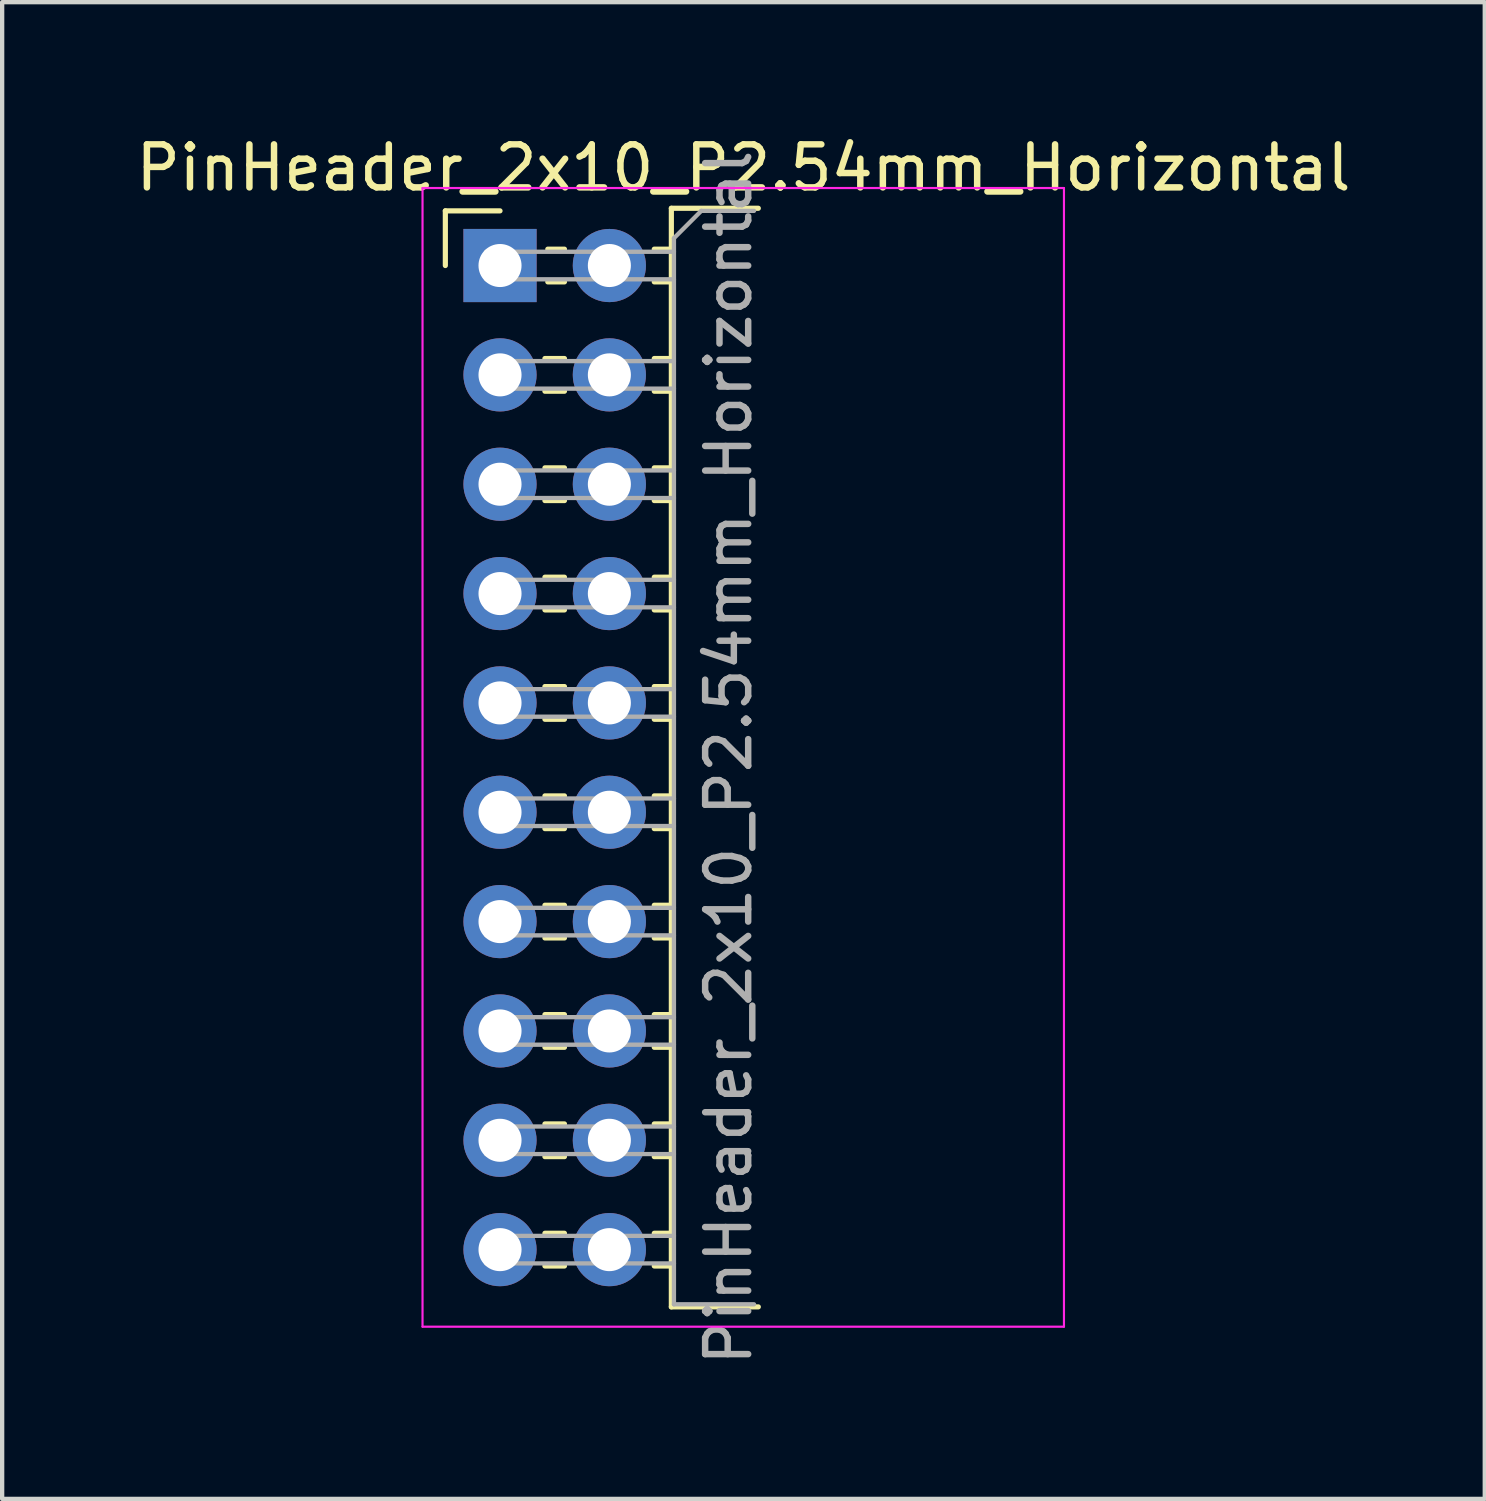
<source format=kicad_pcb>
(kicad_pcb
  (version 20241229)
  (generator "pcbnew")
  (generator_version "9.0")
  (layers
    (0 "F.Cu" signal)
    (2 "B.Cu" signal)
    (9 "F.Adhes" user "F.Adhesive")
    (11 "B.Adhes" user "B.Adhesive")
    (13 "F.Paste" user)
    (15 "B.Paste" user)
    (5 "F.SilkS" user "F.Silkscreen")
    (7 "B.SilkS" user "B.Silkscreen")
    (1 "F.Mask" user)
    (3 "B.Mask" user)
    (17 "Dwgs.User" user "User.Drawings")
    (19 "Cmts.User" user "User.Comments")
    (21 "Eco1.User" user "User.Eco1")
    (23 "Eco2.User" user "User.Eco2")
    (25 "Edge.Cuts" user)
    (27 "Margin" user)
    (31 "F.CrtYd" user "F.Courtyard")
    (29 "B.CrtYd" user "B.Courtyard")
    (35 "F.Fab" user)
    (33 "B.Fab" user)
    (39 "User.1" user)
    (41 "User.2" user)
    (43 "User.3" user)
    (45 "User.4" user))
  (footprint "PinHeader_2x10_P2.54mm_Horizontal"
    (layer "F.Cu")
    (at 8.565 3.118)
    (property "Reference" "PinHeader_2x10_P2.54mm_Horizontal" (at 5.655 -2.27 180) (layer "F.SilkS") (effects (font (size 1 1) (thickness 0.15))))
    (attr through_hole)
    (fp_line (start -1.27 -1.27) (end 0 -1.27) (stroke (width 0.12) (type solid)) (layer "F.SilkS"))
    (fp_line (start -1.27 0) (end -1.27 -1.27) (stroke (width 0.12) (type solid)) (layer "F.SilkS"))
    (fp_line (start 1.043 2.16) (end 1.497 2.16) (stroke (width 0.12) (type solid)) (layer "F.SilkS"))
    (fp_line (start 1.043 2.92) (end 1.497 2.92) (stroke (width 0.12) (type solid)) (layer "F.SilkS"))
    (fp_line (start 1.043 4.7) (end 1.497 4.7) (stroke (width 0.12) (type solid)) (layer "F.SilkS"))
    (fp_line (start 1.043 5.46) (end 1.497 5.46) (stroke (width 0.12) (type solid)) (layer "F.SilkS"))
    (fp_line (start 1.043 7.24) (end 1.497 7.24) (stroke (width 0.12) (type solid)) (layer "F.SilkS"))
    (fp_line (start 1.043 8) (end 1.497 8) (stroke (width 0.12) (type solid)) (layer "F.SilkS"))
    (fp_line (start 1.043 9.78) (end 1.497 9.78) (stroke (width 0.12) (type solid)) (layer "F.SilkS"))
    (fp_line (start 1.043 10.54) (end 1.497 10.54) (stroke (width 0.12) (type solid)) (layer "F.SilkS"))
    (fp_line (start 1.043 12.32) (end 1.497 12.32) (stroke (width 0.12) (type solid)) (layer "F.SilkS"))
    (fp_line (start 1.043 13.08) (end 1.497 13.08) (stroke (width 0.12) (type solid)) (layer "F.SilkS"))
    (fp_line (start 1.043 14.86) (end 1.497 14.86) (stroke (width 0.12) (type solid)) (layer "F.SilkS"))
    (fp_line (start 1.043 15.62) (end 1.497 15.62) (stroke (width 0.12) (type solid)) (layer "F.SilkS"))
    (fp_line (start 1.043 17.4) (end 1.497 17.4) (stroke (width 0.12) (type solid)) (layer "F.SilkS"))
    (fp_line (start 1.043 18.16) (end 1.497 18.16) (stroke (width 0.12) (type solid)) (layer "F.SilkS"))
    (fp_line (start 1.043 19.94) (end 1.497 19.94) (stroke (width 0.12) (type solid)) (layer "F.SilkS"))
    (fp_line (start 1.043 20.7) (end 1.497 20.7) (stroke (width 0.12) (type solid)) (layer "F.SilkS"))
    (fp_line (start 1.043 22.48) (end 1.497 22.48) (stroke (width 0.12) (type solid)) (layer "F.SilkS"))
    (fp_line (start 1.043 23.24) (end 1.497 23.24) (stroke (width 0.12) (type solid)) (layer "F.SilkS"))
    (fp_line (start 1.11 -0.38) (end 1.497 -0.38) (stroke (width 0.12) (type solid)) (layer "F.SilkS"))
    (fp_line (start 1.11 0.38) (end 1.497 0.38) (stroke (width 0.12) (type solid)) (layer "F.SilkS"))
    (fp_line (start 3.583 -0.38) (end 3.98 -0.38) (stroke (width 0.12) (type solid)) (layer "F.SilkS"))
    (fp_line (start 3.583 0.38) (end 3.98 0.38) (stroke (width 0.12) (type solid)) (layer "F.SilkS"))
    (fp_line (start 3.583 2.16) (end 3.98 2.16) (stroke (width 0.12) (type solid)) (layer "F.SilkS"))
    (fp_line (start 3.583 2.92) (end 3.98 2.92) (stroke (width 0.12) (type solid)) (layer "F.SilkS"))
    (fp_line (start 3.583 4.7) (end 3.98 4.7) (stroke (width 0.12) (type solid)) (layer "F.SilkS"))
    (fp_line (start 3.583 5.46) (end 3.98 5.46) (stroke (width 0.12) (type solid)) (layer "F.SilkS"))
    (fp_line (start 3.583 7.24) (end 3.98 7.24) (stroke (width 0.12) (type solid)) (layer "F.SilkS"))
    (fp_line (start 3.583 8) (end 3.98 8) (stroke (width 0.12) (type solid)) (layer "F.SilkS"))
    (fp_line (start 3.583 9.78) (end 3.98 9.78) (stroke (width 0.12) (type solid)) (layer "F.SilkS"))
    (fp_line (start 3.583 10.54) (end 3.98 10.54) (stroke (width 0.12) (type solid)) (layer "F.SilkS"))
    (fp_line (start 3.583 12.32) (end 3.98 12.32) (stroke (width 0.12) (type solid)) (layer "F.SilkS"))
    (fp_line (start 3.583 13.08) (end 3.98 13.08) (stroke (width 0.12) (type solid)) (layer "F.SilkS"))
    (fp_line (start 3.583 14.86) (end 3.98 14.86) (stroke (width 0.12) (type solid)) (layer "F.SilkS"))
    (fp_line (start 3.583 15.62) (end 3.98 15.62) (stroke (width 0.12) (type solid)) (layer "F.SilkS"))
    (fp_line (start 3.583 17.4) (end 3.98 17.4) (stroke (width 0.12) (type solid)) (layer "F.SilkS"))
    (fp_line (start 3.583 18.16) (end 3.98 18.16) (stroke (width 0.12) (type solid)) (layer "F.SilkS"))
    (fp_line (start 3.583 19.94) (end 3.98 19.94) (stroke (width 0.12) (type solid)) (layer "F.SilkS"))
    (fp_line (start 3.583 20.7) (end 3.98 20.7) (stroke (width 0.12) (type solid)) (layer "F.SilkS"))
    (fp_line (start 3.583 22.48) (end 3.98 22.48) (stroke (width 0.12) (type solid)) (layer "F.SilkS"))
    (fp_line (start 3.583 23.24) (end 3.98 23.24) (stroke (width 0.12) (type solid)) (layer "F.SilkS"))
    (fp_line (start 3.98 -1.33) (end 3.98 24.19) (stroke (width 0.12) (type solid)) (layer "F.SilkS"))
    (fp_line (start 3.98 24.19) (end 6 24.19) (stroke (width 0.12) (type solid)) (layer "F.SilkS"))
    (fp_line (start 6 -1.33) (end 3.98 -1.33) (stroke (width 0.12) (type solid)) (layer "F.SilkS"))
    (fp_line (start -1.8 -1.8) (end -1.8 24.65) (stroke (width 0.05) (type solid)) (layer "F.CrtYd"))
    (fp_line (start -1.8 24.65) (end 13.1 24.65) (stroke (width 0.05) (type solid)) (layer "F.CrtYd"))
    (fp_line (start 13.1 -1.8) (end -1.8 -1.8) (stroke (width 0.05) (type solid)) (layer "F.CrtYd"))
    (fp_line (start 13.1 24.65) (end 13.1 -1.8) (stroke (width 0.05) (type solid)) (layer "F.CrtYd"))
    (fp_line (start -0.32 -0.32) (end -0.32 0.32) (stroke (width 0.1) (type solid)) (layer "F.Fab"))
    (fp_line (start -0.32 -0.32) (end 4.04 -0.32) (stroke (width 0.1) (type solid)) (layer "F.Fab"))
    (fp_line (start -0.32 0.32) (end 4.04 0.32) (stroke (width 0.1) (type solid)) (layer "F.Fab"))
    (fp_line (start -0.32 2.22) (end -0.32 2.86) (stroke (width 0.1) (type solid)) (layer "F.Fab"))
    (fp_line (start -0.32 2.22) (end 4.04 2.22) (stroke (width 0.1) (type solid)) (layer "F.Fab"))
    (fp_line (start -0.32 2.86) (end 4.04 2.86) (stroke (width 0.1) (type solid)) (layer "F.Fab"))
    (fp_line (start -0.32 4.76) (end -0.32 5.4) (stroke (width 0.1) (type solid)) (layer "F.Fab"))
    (fp_line (start -0.32 4.76) (end 4.04 4.76) (stroke (width 0.1) (type solid)) (layer "F.Fab"))
    (fp_line (start -0.32 5.4) (end 4.04 5.4) (stroke (width 0.1) (type solid)) (layer "F.Fab"))
    (fp_line (start -0.32 7.3) (end -0.32 7.94) (stroke (width 0.1) (type solid)) (layer "F.Fab"))
    (fp_line (start -0.32 7.3) (end 4.04 7.3) (stroke (width 0.1) (type solid)) (layer "F.Fab"))
    (fp_line (start -0.32 7.94) (end 4.04 7.94) (stroke (width 0.1) (type solid)) (layer "F.Fab"))
    (fp_line (start -0.32 9.84) (end -0.32 10.48) (stroke (width 0.1) (type solid)) (layer "F.Fab"))
    (fp_line (start -0.32 9.84) (end 4.04 9.84) (stroke (width 0.1) (type solid)) (layer "F.Fab"))
    (fp_line (start -0.32 10.48) (end 4.04 10.48) (stroke (width 0.1) (type solid)) (layer "F.Fab"))
    (fp_line (start -0.32 12.38) (end -0.32 13.02) (stroke (width 0.1) (type solid)) (layer "F.Fab"))
    (fp_line (start -0.32 12.38) (end 4.04 12.38) (stroke (width 0.1) (type solid)) (layer "F.Fab"))
    (fp_line (start -0.32 13.02) (end 4.04 13.02) (stroke (width 0.1) (type solid)) (layer "F.Fab"))
    (fp_line (start -0.32 14.92) (end -0.32 15.56) (stroke (width 0.1) (type solid)) (layer "F.Fab"))
    (fp_line (start -0.32 14.92) (end 4.04 14.92) (stroke (width 0.1) (type solid)) (layer "F.Fab"))
    (fp_line (start -0.32 15.56) (end 4.04 15.56) (stroke (width 0.1) (type solid)) (layer "F.Fab"))
    (fp_line (start -0.32 17.46) (end -0.32 18.1) (stroke (width 0.1) (type solid)) (layer "F.Fab"))
    (fp_line (start -0.32 17.46) (end 4.04 17.46) (stroke (width 0.1) (type solid)) (layer "F.Fab"))
    (fp_line (start -0.32 18.1) (end 4.04 18.1) (stroke (width 0.1) (type solid)) (layer "F.Fab"))
    (fp_line (start -0.32 20) (end -0.32 20.64) (stroke (width 0.1) (type solid)) (layer "F.Fab"))
    (fp_line (start -0.32 20) (end 4.04 20) (stroke (width 0.1) (type solid)) (layer "F.Fab"))
    (fp_line (start -0.32 20.64) (end 4.04 20.64) (stroke (width 0.1) (type solid)) (layer "F.Fab"))
    (fp_line (start -0.32 22.54) (end -0.32 23.18) (stroke (width 0.1) (type solid)) (layer "F.Fab"))
    (fp_line (start -0.32 22.54) (end 4.04 22.54) (stroke (width 0.1) (type solid)) (layer "F.Fab"))
    (fp_line (start -0.32 23.18) (end 4.04 23.18) (stroke (width 0.1) (type solid)) (layer "F.Fab"))
    (fp_line (start 4.04 -0.635) (end 4.675 -1.27) (stroke (width 0.1) (type solid)) (layer "F.Fab"))
    (fp_line (start 4.04 24.13) (end 4.04 -0.635) (stroke (width 0.1) (type solid)) (layer "F.Fab"))
    (fp_line (start 4.675 -1.27) (end 5.9 -1.27) (stroke (width 0.1) (type solid)) (layer "F.Fab"))
    (fp_line (start 5.9 24.13) (end 4.04 24.13) (stroke (width 0.1) (type solid)) (layer "F.Fab"))
    (fp_text user "${REFERENCE}" (at 5.31 11.43 270) (layer "F.Fab") (effects (font (size 1 1) (thickness 0.15))))
    (pad "1" thru_hole rect (at 0 0) (size 1.7 1.7) (drill 1) (layers "*.Cu" "*.Mask"))
    (pad "2" thru_hole oval (at 2.54 0) (size 1.7 1.7) (drill 1) (layers "*.Cu" "*.Mask"))
    (pad "3" thru_hole oval (at 0 2.54) (size 1.7 1.7) (drill 1) (layers "*.Cu" "*.Mask"))
    (pad "4" thru_hole oval (at 2.54 2.54) (size 1.7 1.7) (drill 1) (layers "*.Cu" "*.Mask"))
    (pad "5" thru_hole oval (at 0 5.08) (size 1.7 1.7) (drill 1) (layers "*.Cu" "*.Mask"))
    (pad "6" thru_hole oval (at 2.54 5.08) (size 1.7 1.7) (drill 1) (layers "*.Cu" "*.Mask"))
    (pad "7" thru_hole oval (at 0 7.62) (size 1.7 1.7) (drill 1) (layers "*.Cu" "*.Mask"))
    (pad "8" thru_hole oval (at 2.54 7.62) (size 1.7 1.7) (drill 1) (layers "*.Cu" "*.Mask"))
    (pad "9" thru_hole oval (at 0 10.16) (size 1.7 1.7) (drill 1) (layers "*.Cu" "*.Mask"))
    (pad "10" thru_hole oval (at 2.54 10.16) (size 1.7 1.7) (drill 1) (layers "*.Cu" "*.Mask"))
    (pad "11" thru_hole oval (at 0 12.7) (size 1.7 1.7) (drill 1) (layers "*.Cu" "*.Mask"))
    (pad "12" thru_hole oval (at 2.54 12.7) (size 1.7 1.7) (drill 1) (layers "*.Cu" "*.Mask"))
    (pad "13" thru_hole oval (at 0 15.24) (size 1.7 1.7) (drill 1) (layers "*.Cu" "*.Mask"))
    (pad "14" thru_hole oval (at 2.54 15.24) (size 1.7 1.7) (drill 1) (layers "*.Cu" "*.Mask"))
    (pad "15" thru_hole oval (at 0 17.78) (size 1.7 1.7) (drill 1) (layers "*.Cu" "*.Mask"))
    (pad "16" thru_hole oval (at 2.54 17.78) (size 1.7 1.7) (drill 1) (layers "*.Cu" "*.Mask"))
    (pad "17" thru_hole oval (at 0 20.32) (size 1.7 1.7) (drill 1) (layers "*.Cu" "*.Mask"))
    (pad "18" thru_hole oval (at 2.54 20.32) (size 1.7 1.7) (drill 1) (layers "*.Cu" "*.Mask"))
    (pad "19" thru_hole oval (at 0 22.86) (size 1.7 1.7) (drill 1) (layers "*.Cu" "*.Mask"))
    (pad "20" thru_hole oval (at 2.54 22.86) (size 1.7 1.7) (drill 1) (layers "*.Cu" "*.Mask")))
  (gr_rect
    (start -3 -3)
    (end 31.44 31.768)
    (stroke (width 0.1) (type default))
    (fill no)
    (layer "Edge.Cuts")))
</source>
